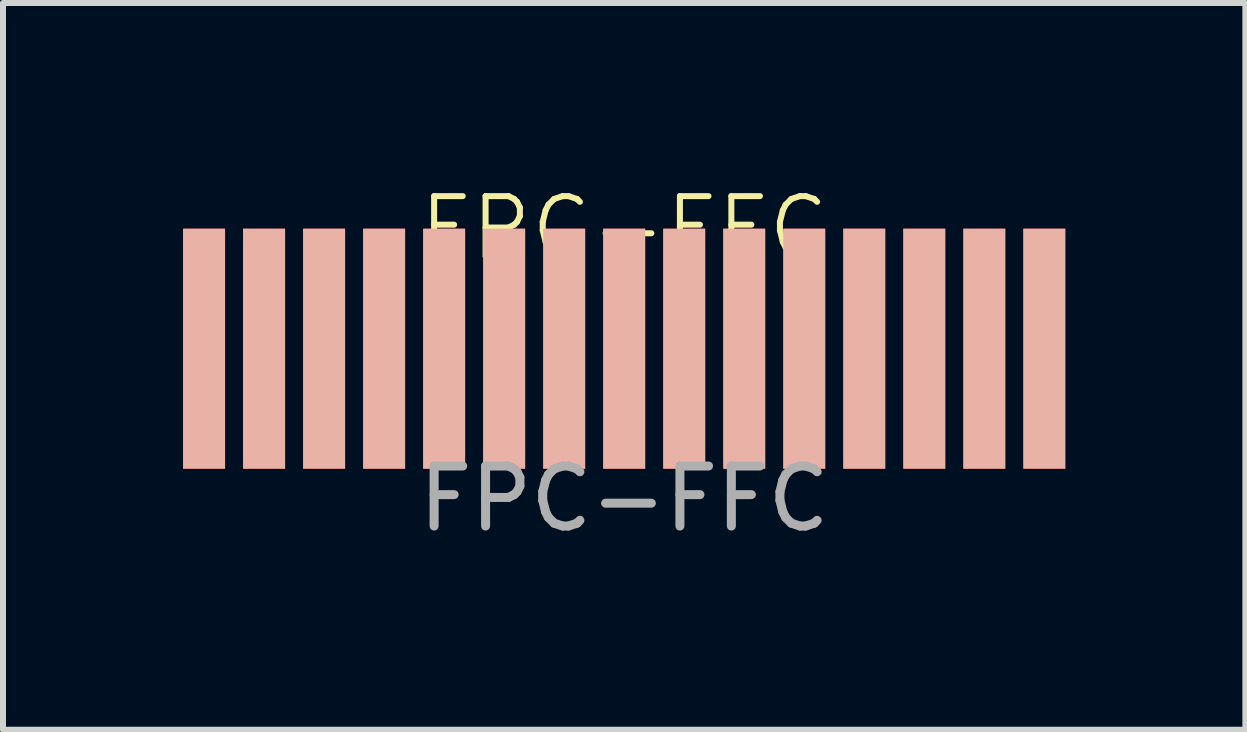
<source format=kicad_pcb>
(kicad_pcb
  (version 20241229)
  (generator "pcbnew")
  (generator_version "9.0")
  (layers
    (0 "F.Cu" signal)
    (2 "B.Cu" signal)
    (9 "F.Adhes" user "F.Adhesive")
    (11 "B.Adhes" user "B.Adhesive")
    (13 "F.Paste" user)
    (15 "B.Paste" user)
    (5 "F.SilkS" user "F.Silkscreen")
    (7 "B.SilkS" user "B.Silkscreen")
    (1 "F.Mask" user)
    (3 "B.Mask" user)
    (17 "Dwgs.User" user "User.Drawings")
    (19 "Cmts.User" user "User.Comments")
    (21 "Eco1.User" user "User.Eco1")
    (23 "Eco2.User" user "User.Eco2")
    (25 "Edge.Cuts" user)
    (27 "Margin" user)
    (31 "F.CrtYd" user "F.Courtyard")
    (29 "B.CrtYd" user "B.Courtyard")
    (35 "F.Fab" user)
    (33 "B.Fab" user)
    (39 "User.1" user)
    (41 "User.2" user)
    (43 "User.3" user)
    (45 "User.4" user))
  (footprint "FPC-FFC"
    (layer "F.Cu")
    (at 7.35 2.76)
    (property "Reference" "FPC-FFC" (at 0 -2 0) (unlocked yes) (layer "F.SilkS") (effects (font (size 1 1) (thickness 0.1))))
    (attr smd)
    (fp_text user "${REFERENCE}" (at 0 2.5 0) (unlocked yes) (layer "F.Fab") (effects (font (size 1 1) (thickness 0.15))))
    (pad "1" smd rect (at -7 0) (size 0.7 4) (layers "F.Cu" "F.Mask" "B.SilkS" "F.Paste"))
    (pad "2" smd rect (at -6 0) (size 0.7 4) (layers "F.Cu" "F.Mask" "B.SilkS" "F.Paste"))
    (pad "3" smd rect (at -5 0) (size 0.7 4) (layers "F.Cu" "F.Mask" "B.SilkS" "F.Paste"))
    (pad "4" smd rect (at -4 0) (size 0.7 4) (layers "F.Cu" "F.Mask" "B.SilkS" "F.Paste"))
    (pad "5" smd rect (at -3 0) (size 0.7 4) (layers "F.Cu" "F.Mask" "B.SilkS" "F.Paste"))
    (pad "6" smd rect (at -2 0) (size 0.7 4) (layers "F.Cu" "F.Mask" "B.SilkS" "F.Paste"))
    (pad "7" smd rect (at -1 0) (size 0.7 4) (layers "F.Cu" "F.Mask" "B.SilkS" "F.Paste"))
    (pad "8" smd rect (at 0 0) (size 0.7 4) (layers "F.Cu" "F.Mask" "B.SilkS" "F.Paste"))
    (pad "9" smd rect (at 1 0) (size 0.7 4) (layers "F.Cu" "F.Mask" "B.SilkS" "F.Paste"))
    (pad "10" smd rect (at 2 0) (size 0.7 4) (layers "F.Cu" "F.Mask" "B.SilkS" "F.Paste"))
    (pad "11" smd rect (at 3 0) (size 0.7 4) (layers "F.Cu" "F.Mask" "B.SilkS" "F.Paste"))
    (pad "12" smd rect (at 4 0) (size 0.7 4) (layers "F.Cu" "F.Mask" "B.SilkS" "F.Paste"))
    (pad "13" smd rect (at 5 0) (size 0.7 4) (layers "F.Cu" "F.Mask" "B.SilkS" "F.Paste"))
    (pad "14" smd rect (at 6 0) (size 0.7 4) (layers "F.Cu" "F.Mask" "B.SilkS" "F.Paste"))
    (pad "15" smd rect (at 7 0) (size 0.7 4) (layers "F.Cu" "F.Mask" "B.SilkS" "F.Paste")))
  (gr_rect
    (start -3 -3)
    (end 17.7 9.109)
    (stroke (width 0.1) (type default))
    (fill no)
    (layer "Edge.Cuts")))
</source>
